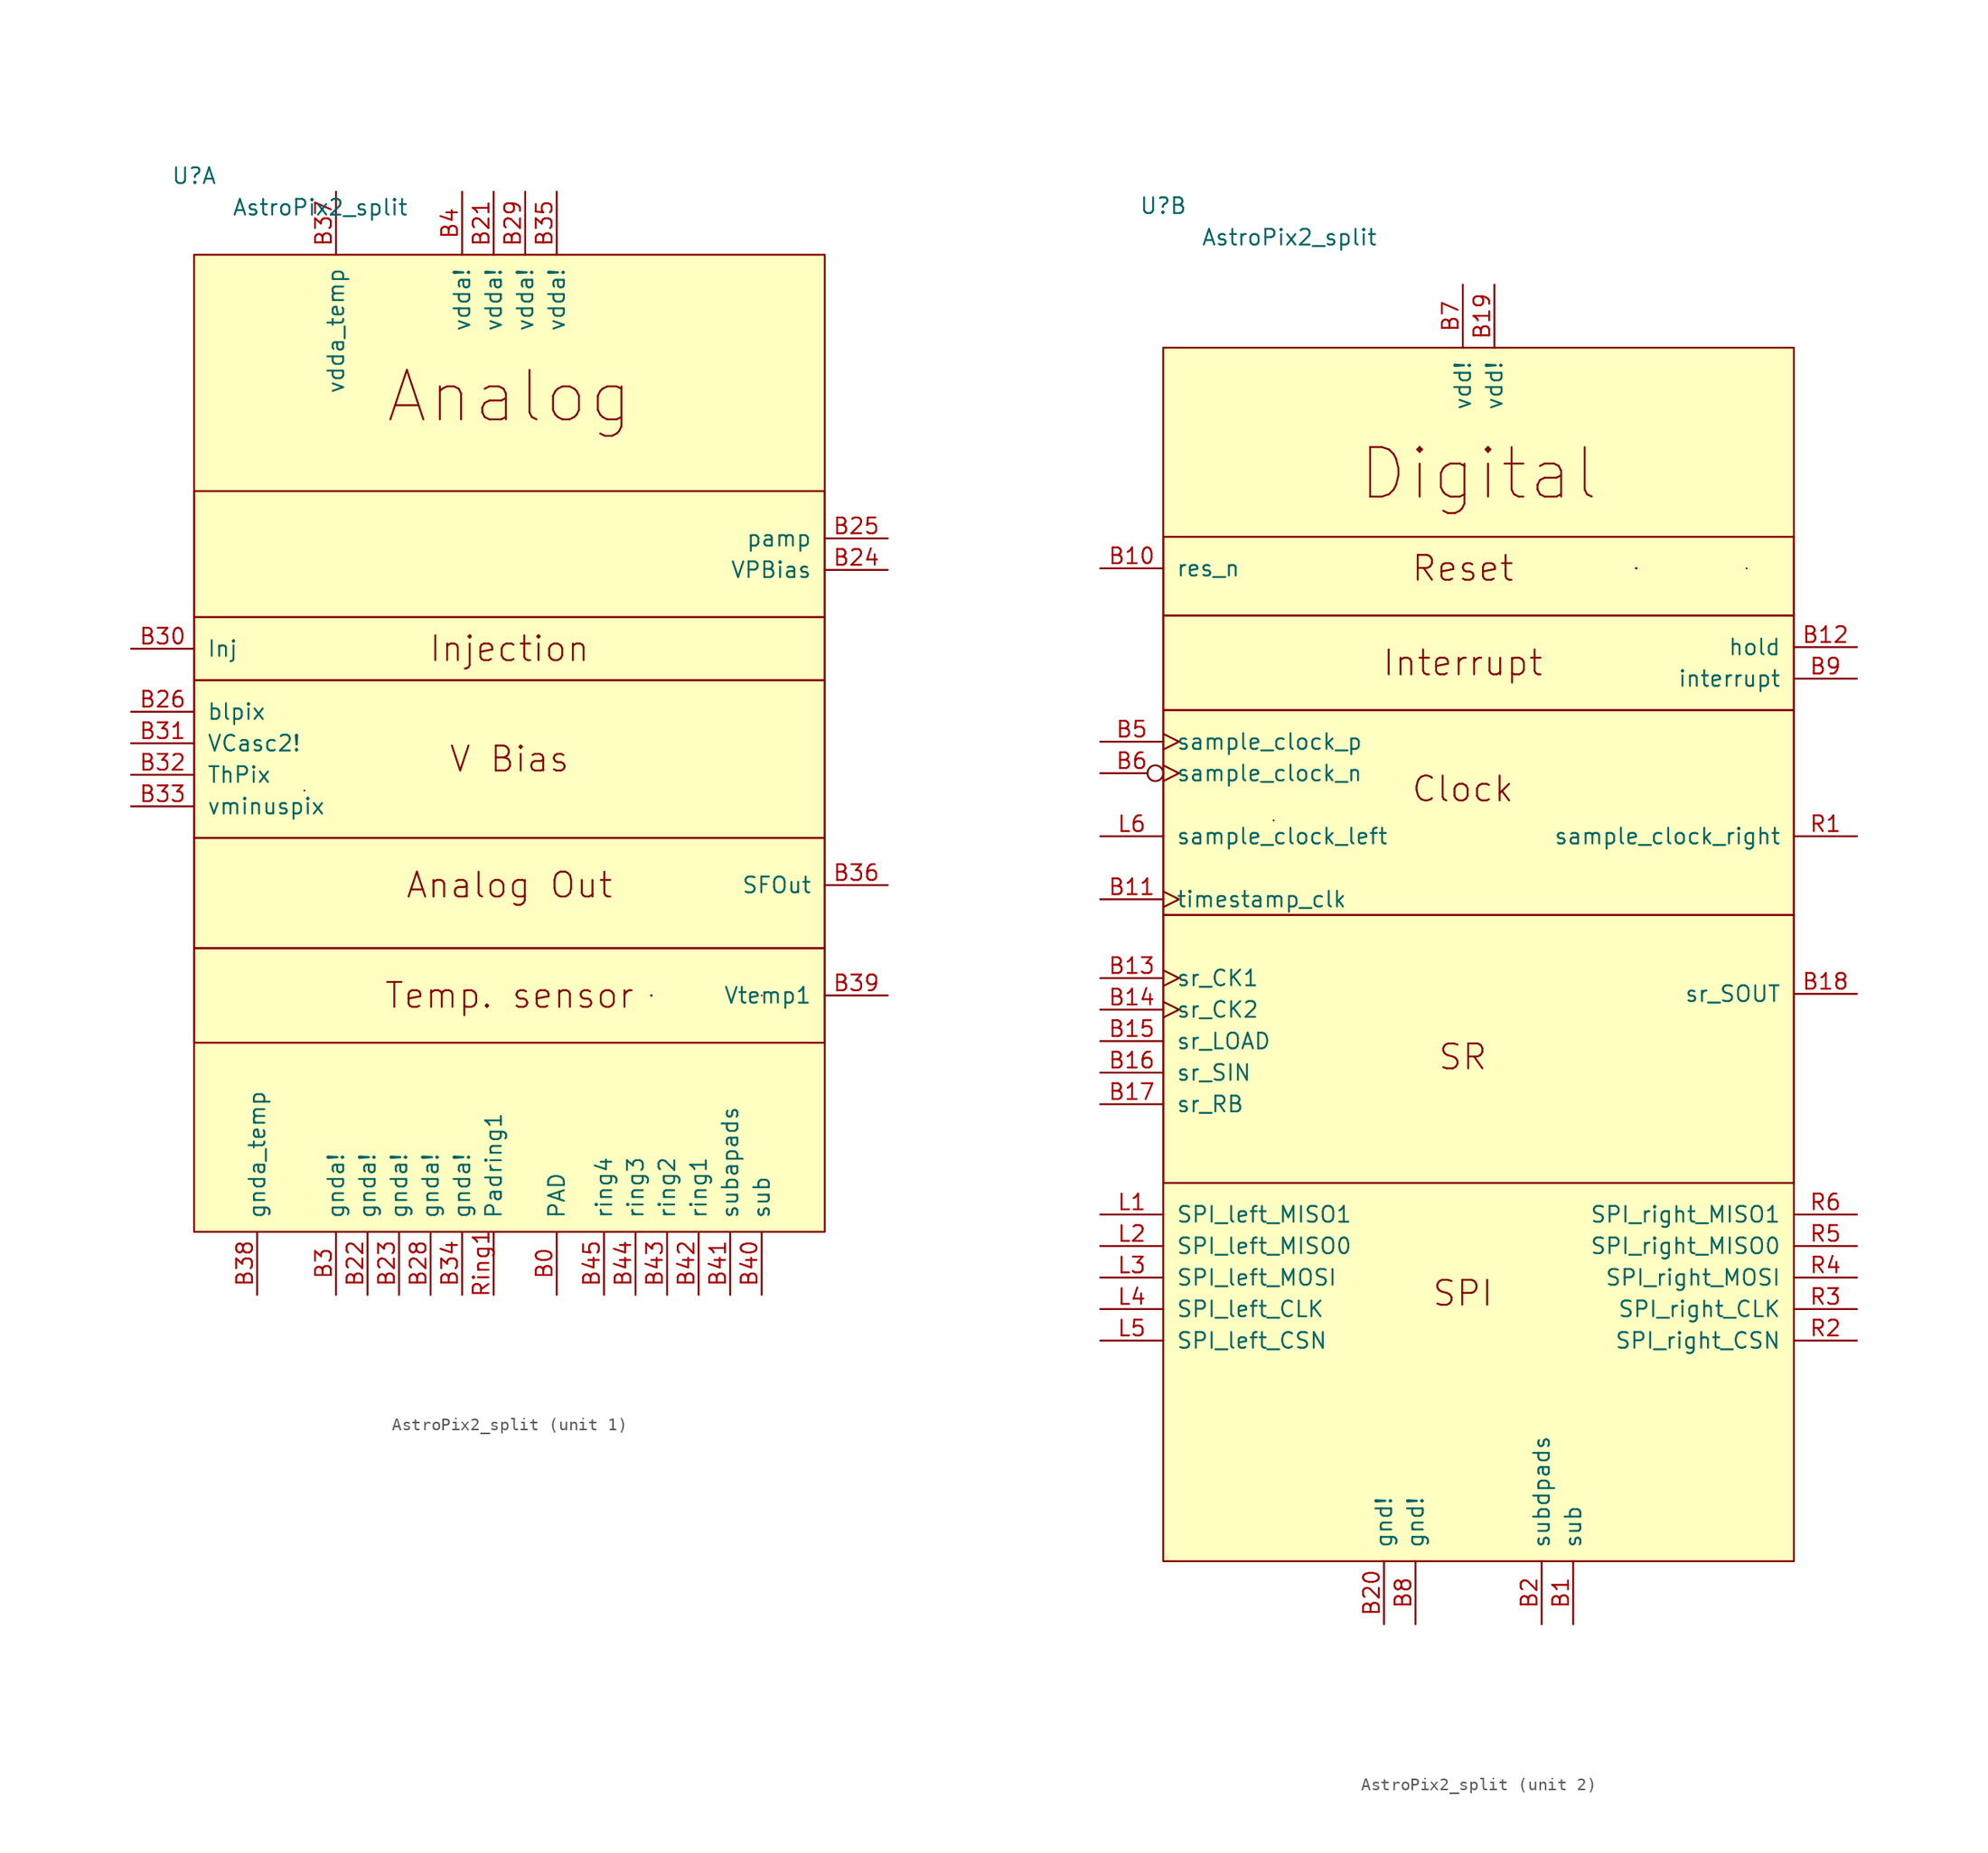
<source format=kicad_sym>
(kicad_symbol_lib
  (version 20231120)
  (generator "kicad_symbol_editor")
  (generator_version "8.0")
  (symbol "AstroPix2_split"
    (pin_names
      (offset 1.016))
    (property "Reference" "U"
      (at -25.4 43.18 0)
      (effects (font (size 1.27 1.27))))
    (property "Value" "AstroPix2_split"
      (at -15.24 40.64 0)
      (effects (font (size 1.27 1.27))))
    (property "ki_locked" ""
      (at 0 0 0)
      (effects (font (size 1.27 1.27))))
    (symbol "AstroPix2_split_0_1"
      (polyline (pts (xy -16.51 -6.35) (xy -16.51 -6.35)) (stroke (width 0) (type default)) (fill (type none))))
    (symbol "AstroPix2_split_1_1"
      (rectangle (start -25.4 -19.05) (end 25.4 -26.67) (stroke (width 0) (type default)) (fill (type none)))
      (rectangle (start -25.4 -10.16) (end 25.4 -19.05) (stroke (width 0) (type default)) (fill (type none)))
      (rectangle (start -25.4 2.54) (end 25.4 -10.16) (stroke (width 0) (type default)) (fill (type none)))
      (rectangle (start -25.4 7.62) (end 25.4 2.54) (stroke (width 0) (type default)) (fill (type none)))
      (rectangle (start -25.4 17.78) (end 25.4 7.62) (stroke (width 0) (type default)) (fill (type none)))
      (rectangle (start -25.4 36.83) (end 25.4 -41.91) (stroke (width 0) (type default)) (fill (type background)))
      (polyline (pts (xy 11.43 -22.86) (xy 11.43 -22.86)) (stroke (width 0) (type default)) (fill (type none)))
      (polyline (pts (xy 11.43 -22.86) (xy 11.43 -22.86)) (stroke (width 0) (type default)) (fill (type none)))
      (polyline (pts (xy 11.43 -22.86) (xy 11.43 -22.86)) (stroke (width 0) (type default)) (fill (type none)))
      (polyline (pts (xy 11.43 -22.86) (xy 11.43 -22.86)) (stroke (width 0) (type default)) (fill (type none)))
      (polyline (pts (xy 11.43 -22.86) (xy 11.43 -22.86)) (stroke (width 0) (type default)) (fill (type none)))
      (polyline (pts (xy 20.32 -22.86) (xy 20.32 -22.86)) (stroke (width 0) (type default)) (fill (type none)))
      (text "Analog" (at 0 25.4 0) (effects (font (size 3.988 3.988))))
      (text "Analog Out" (at 0 -13.97 0) (effects (font (size 2.007 2.007))))
      (text "Injection" (at 0 5.08 0) (effects (font (size 2.007 2.007))))
      (text "Temp. sensor" (at 0 -22.86 0) (effects (font (size 2.007 2.007))))
      (text "V Bias" (at 0 -3.81 0) (effects (font (size 2.007 2.007))))
      (pin power_in line (at 3.81 -46.99 90) (length 5.08) (name "PAD" (effects (font (size 1.27 1.27)))) (number "B0" (effects (font (size 1.27 1.27)))))
      (pin power_in line (at -1.27 41.91 270) (length 5.08) (name "vdda!" (effects (font (size 1.27 1.27)))) (number "B21" (effects (font (size 1.27 1.27)))))
      (pin power_in line (at -11.43 -46.99 90) (length 5.08) (name "gnda!" (effects (font (size 1.27 1.27)))) (number "B22" (effects (font (size 1.27 1.27)))))
      (pin power_in line (at -8.89 -46.99 90) (length 5.08) (name "gnda!" (effects (font (size 1.27 1.27)))) (number "B23" (effects (font (size 1.27 1.27)))))
      (pin passive line (at 30.48 11.43 180) (length 5.08) (name "VPBias" (effects (font (size 1.27 1.27)))) (number "B24" (effects (font (size 1.27 1.27)))))
      (pin passive line (at 30.48 13.97 180) (length 5.08) (name "pamp" (effects (font (size 1.27 1.27)))) (number "B25" (effects (font (size 1.27 1.27)))))
      (pin input line (at -30.48 0 0) (length 5.08) (name "blpix" (effects (font (size 1.27 1.27)))) (number "B26" (effects (font (size 1.27 1.27)))))
      (pin no_connect line (at -30.48 -33.02 0) (length 5.08) hide (name "NC" (effects (font (size 1.27 1.27)))) (number "B27" (effects (font (size 1.27 1.27)))))
      (pin power_in line (at -6.35 -46.99 90) (length 5.08) (name "gnda!" (effects (font (size 1.27 1.27)))) (number "B28" (effects (font (size 1.27 1.27)))))
      (pin power_in line (at 1.27 41.91 270) (length 5.08) (name "vdda!" (effects (font (size 1.27 1.27)))) (number "B29" (effects (font (size 1.27 1.27)))))
      (pin power_in line (at -13.97 -46.99 90) (length 5.08) (name "gnda!" (effects (font (size 1.27 1.27)))) (number "B3" (effects (font (size 1.27 1.27)))))
      (pin input line (at -30.48 5.08 0) (length 5.08) (name "Inj" (effects (font (size 1.27 1.27)))) (number "B30" (effects (font (size 1.27 1.27)))))
      (pin input line (at -30.48 -2.54 0) (length 5.08) (name "VCasc2!" (effects (font (size 1.27 1.27)))) (number "B31" (effects (font (size 1.27 1.27)))))
      (pin input line (at -30.48 -5.08 0) (length 5.08) (name "ThPix" (effects (font (size 1.27 1.27)))) (number "B32" (effects (font (size 1.27 1.27)))))
      (pin input line (at -30.48 -7.62 0) (length 5.08) (name "vminuspix" (effects (font (size 1.27 1.27)))) (number "B33" (effects (font (size 1.27 1.27)))))
      (pin power_in line (at -3.81 -46.99 90) (length 5.08) (name "gnda!" (effects (font (size 1.27 1.27)))) (number "B34" (effects (font (size 1.27 1.27)))))
      (pin power_in line (at 3.81 41.91 270) (length 5.08) (name "vdda!" (effects (font (size 1.27 1.27)))) (number "B35" (effects (font (size 1.27 1.27)))))
      (pin output line (at 30.48 -13.97 180) (length 5.08) (name "SFOut" (effects (font (size 1.27 1.27)))) (number "B36" (effects (font (size 1.27 1.27)))))
      (pin power_in line (at -13.97 41.91 270) (length 5.08) (name "vdda_temp" (effects (font (size 1.27 1.27)))) (number "B37" (effects (font (size 1.27 1.27)))))
      (pin power_in line (at -20.32 -46.99 90) (length 5.08) (name "gnda_temp" (effects (font (size 1.27 1.27)))) (number "B38" (effects (font (size 1.27 1.27)))))
      (pin output line (at 30.48 -22.86 180) (length 5.08) (name "Vtemp1" (effects (font (size 1.27 1.27)))) (number "B39" (effects (font (size 1.27 1.27)))))
      (pin power_in line (at -3.81 41.91 270) (length 5.08) (name "vdda!" (effects (font (size 1.27 1.27)))) (number "B4" (effects (font (size 1.27 1.27)))))
      (pin power_in line (at 20.32 -46.99 90) (length 5.08) (name "sub" (effects (font (size 1.27 1.27)))) (number "B40" (effects (font (size 1.27 1.27)))))
      (pin power_in line (at 17.78 -46.99 90) (length 5.08) (name "subapads" (effects (font (size 1.27 1.27)))) (number "B41" (effects (font (size 1.27 1.27)))))
      (pin power_in line (at 15.24 -46.99 90) (length 5.08) (name "ring1" (effects (font (size 1.27 1.27)))) (number "B42" (effects (font (size 1.27 1.27)))))
      (pin power_in line (at 12.7 -46.99 90) (length 5.08) (name "ring2" (effects (font (size 1.27 1.27)))) (number "B43" (effects (font (size 1.27 1.27)))))
      (pin power_in line (at 10.16 -46.99 90) (length 5.08) (name "ring3" (effects (font (size 1.27 1.27)))) (number "B44" (effects (font (size 1.27 1.27)))))
      (pin power_in line (at 7.62 -46.99 90) (length 5.08) (name "ring4" (effects (font (size 1.27 1.27)))) (number "B45" (effects (font (size 1.27 1.27)))))
      (pin power_in line (at -1.27 -46.99 90) (length 5.08) (name "Padring1" (effects (font (size 1.27 1.27)))) (number "Ring1" (effects (font (size 1.27 1.27))))))
    (symbol "AstroPix2_split_2_1"
      (rectangle (start -25.4 -13.97) (end 25.4 -35.56) (stroke (width 0) (type default)) (fill (type none)))
      (rectangle (start -25.4 2.54) (end 25.4 -13.97) (stroke (width 0) (type default)) (fill (type none)))
      (rectangle (start -25.4 2.54) (end 25.4 10.16) (stroke (width 0) (type default)) (fill (type none)))
      (rectangle (start -25.4 16.51) (end 25.4 10.16) (stroke (width 0) (type default)) (fill (type none)))
      (rectangle (start -25.4 31.75) (end 25.4 -66.04) (stroke (width 0) (type default)) (fill (type background)))
      (polyline (pts (xy 12.7 13.97) (xy 12.7 13.97)) (stroke (width 0) (type default)) (fill (type none)))
      (polyline (pts (xy 12.7 13.97) (xy 12.7 13.97)) (stroke (width 0) (type default)) (fill (type none)))
      (polyline (pts (xy 12.7 13.97) (xy 12.7 13.97)) (stroke (width 0) (type default)) (fill (type none)))
      (polyline (pts (xy 12.7 13.97) (xy 12.7 13.97)) (stroke (width 0) (type default)) (fill (type none)))
      (polyline (pts (xy 12.7 13.97) (xy 12.7 13.97)) (stroke (width 0) (type default)) (fill (type none)))
      (polyline (pts (xy 21.59 13.97) (xy 21.59 13.97)) (stroke (width 0) (type default)) (fill (type none)))
      (text "Clock" (at -1.27 -3.81 0) (effects (font (size 2.007 2.007))))
      (text "Digital" (at 0 21.59 0) (effects (font (size 3.988 3.988))))
      (text "Interrupt" (at -1.27 6.35 0) (effects (font (size 2.007 2.007))))
      (text "Reset" (at -1.27 13.97 0) (effects (font (size 2.007 2.007))))
      (text "SPI" (at -1.27 -44.45 0) (effects (font (size 2.007 2.007))))
      (text "SR" (at -1.27 -25.4 0) (effects (font (size 2.007 2.007))))
      (pin power_in line (at 7.62 -71.12 90) (length 5.08) (name "sub" (effects (font (size 1.27 1.27)))) (number "B1" (effects (font (size 1.27 1.27)))))
      (pin input line (at -30.48 13.97 0) (length 5.08) (name "res_n" (effects (font (size 1.27 1.27)))) (number "B10" (effects (font (size 1.27 1.27)))))
      (pin input clock (at -30.48 -12.7 0) (length 5.08) (name "timestamp_clk" (effects (font (size 1.27 1.27)))) (number "B11" (effects (font (size 1.27 1.27)))))
      (pin output line (at 30.48 7.62 180) (length 5.08) (name "hold" (effects (font (size 1.27 1.27)))) (number "B12" (effects (font (size 1.27 1.27)))))
      (pin input clock (at -30.48 -19.05 0) (length 5.08) (name "sr_CK1" (effects (font (size 1.27 1.27)))) (number "B13" (effects (font (size 1.27 1.27)))))
      (pin input clock (at -30.48 -21.59 0) (length 5.08) (name "sr_CK2" (effects (font (size 1.27 1.27)))) (number "B14" (effects (font (size 1.27 1.27)))))
      (pin input line (at -30.48 -24.13 0) (length 5.08) (name "sr_LOAD" (effects (font (size 1.27 1.27)))) (number "B15" (effects (font (size 1.27 1.27)))))
      (pin input line (at -30.48 -26.67 0) (length 5.08) (name "sr_SIN" (effects (font (size 1.27 1.27)))) (number "B16" (effects (font (size 1.27 1.27)))))
      (pin input line (at -30.48 -29.21 0) (length 5.08) (name "sr_RB" (effects (font (size 1.27 1.27)))) (number "B17" (effects (font (size 1.27 1.27)))))
      (pin output line (at 30.48 -20.32 180) (length 5.08) (name "sr_SOUT" (effects (font (size 1.27 1.27)))) (number "B18" (effects (font (size 1.27 1.27)))))
      (pin power_in line (at 1.27 36.83 270) (length 5.08) (name "vdd!" (effects (font (size 1.27 1.27)))) (number "B19" (effects (font (size 1.27 1.27)))))
      (pin power_in line (at 5.08 -71.12 90) (length 5.08) (name "subdpads" (effects (font (size 1.27 1.27)))) (number "B2" (effects (font (size 1.27 1.27)))))
      (pin power_in line (at -7.62 -71.12 90) (length 5.08) (name "gnd!" (effects (font (size 1.27 1.27)))) (number "B20" (effects (font (size 1.27 1.27)))))
      (pin input clock (at -30.48 0 0) (length 5.08) (name "sample_clock_p" (effects (font (size 1.27 1.27)))) (number "B5" (effects (font (size 1.27 1.27)))))
      (pin input inverted_clock (at -30.48 -2.54 0) (length 5.08) (name "sample_clock_n" (effects (font (size 1.27 1.27)))) (number "B6" (effects (font (size 1.27 1.27)))))
      (pin power_in line (at -1.27 36.83 270) (length 5.08) (name "vdd!" (effects (font (size 1.27 1.27)))) (number "B7" (effects (font (size 1.27 1.27)))))
      (pin power_in line (at -5.08 -71.12 90) (length 5.08) (name "gnd!" (effects (font (size 1.27 1.27)))) (number "B8" (effects (font (size 1.27 1.27)))))
      (pin open_collector line (at 30.48 5.08 180) (length 5.08) (name "interrupt" (effects (font (size 1.27 1.27)))) (number "B9" (effects (font (size 1.27 1.27)))))
      (pin output line (at -30.48 -38.1 0) (length 5.08) (name "SPI_left_MISO1" (effects (font (size 1.27 1.27)))) (number "L1" (effects (font (size 1.27 1.27)))))
      (pin output line (at -30.48 -40.64 0) (length 5.08) (name "SPI_left_MISO0" (effects (font (size 1.27 1.27)))) (number "L2" (effects (font (size 1.27 1.27)))))
      (pin input line (at -30.48 -43.18 0) (length 5.08) (name "SPI_left_MOSI" (effects (font (size 1.27 1.27)))) (number "L3" (effects (font (size 1.27 1.27)))))
      (pin input line (at -30.48 -45.72 0) (length 5.08) (name "SPI_left_CLK" (effects (font (size 1.27 1.27)))) (number "L4" (effects (font (size 1.27 1.27)))))
      (pin output line (at -30.48 -48.26 0) (length 5.08) (name "SPI_left_CSN" (effects (font (size 1.27 1.27)))) (number "L5" (effects (font (size 1.27 1.27)))))
      (pin input line (at -30.48 -7.62 0) (length 5.08) (name "sample_clock_left" (effects (font (size 1.27 1.27)))) (number "L6" (effects (font (size 1.27 1.27)))))
      (pin output line (at 30.48 -7.62 180) (length 5.08) (name "sample_clock_right" (effects (font (size 1.27 1.27)))) (number "R1" (effects (font (size 1.27 1.27)))))
      (pin input line (at 30.48 -48.26 180) (length 5.08) (name "SPI_right_CSN" (effects (font (size 1.27 1.27)))) (number "R2" (effects (font (size 1.27 1.27)))))
      (pin output line (at 30.48 -45.72 180) (length 5.08) (name "SPI_right_CLK" (effects (font (size 1.27 1.27)))) (number "R3" (effects (font (size 1.27 1.27)))))
      (pin output line (at 30.48 -43.18 180) (length 5.08) (name "SPI_right_MOSI" (effects (font (size 1.27 1.27)))) (number "R4" (effects (font (size 1.27 1.27)))))
      (pin input line (at 30.48 -40.64 180) (length 5.08) (name "SPI_right_MISO0" (effects (font (size 1.27 1.27)))) (number "R5" (effects (font (size 1.27 1.27)))))
      (pin input line (at 30.48 -38.1 180) (length 5.08) (name "SPI_right_MISO1" (effects (font (size 1.27 1.27)))) (number "R6" (effects (font (size 1.27 1.27))))))))
</source>
